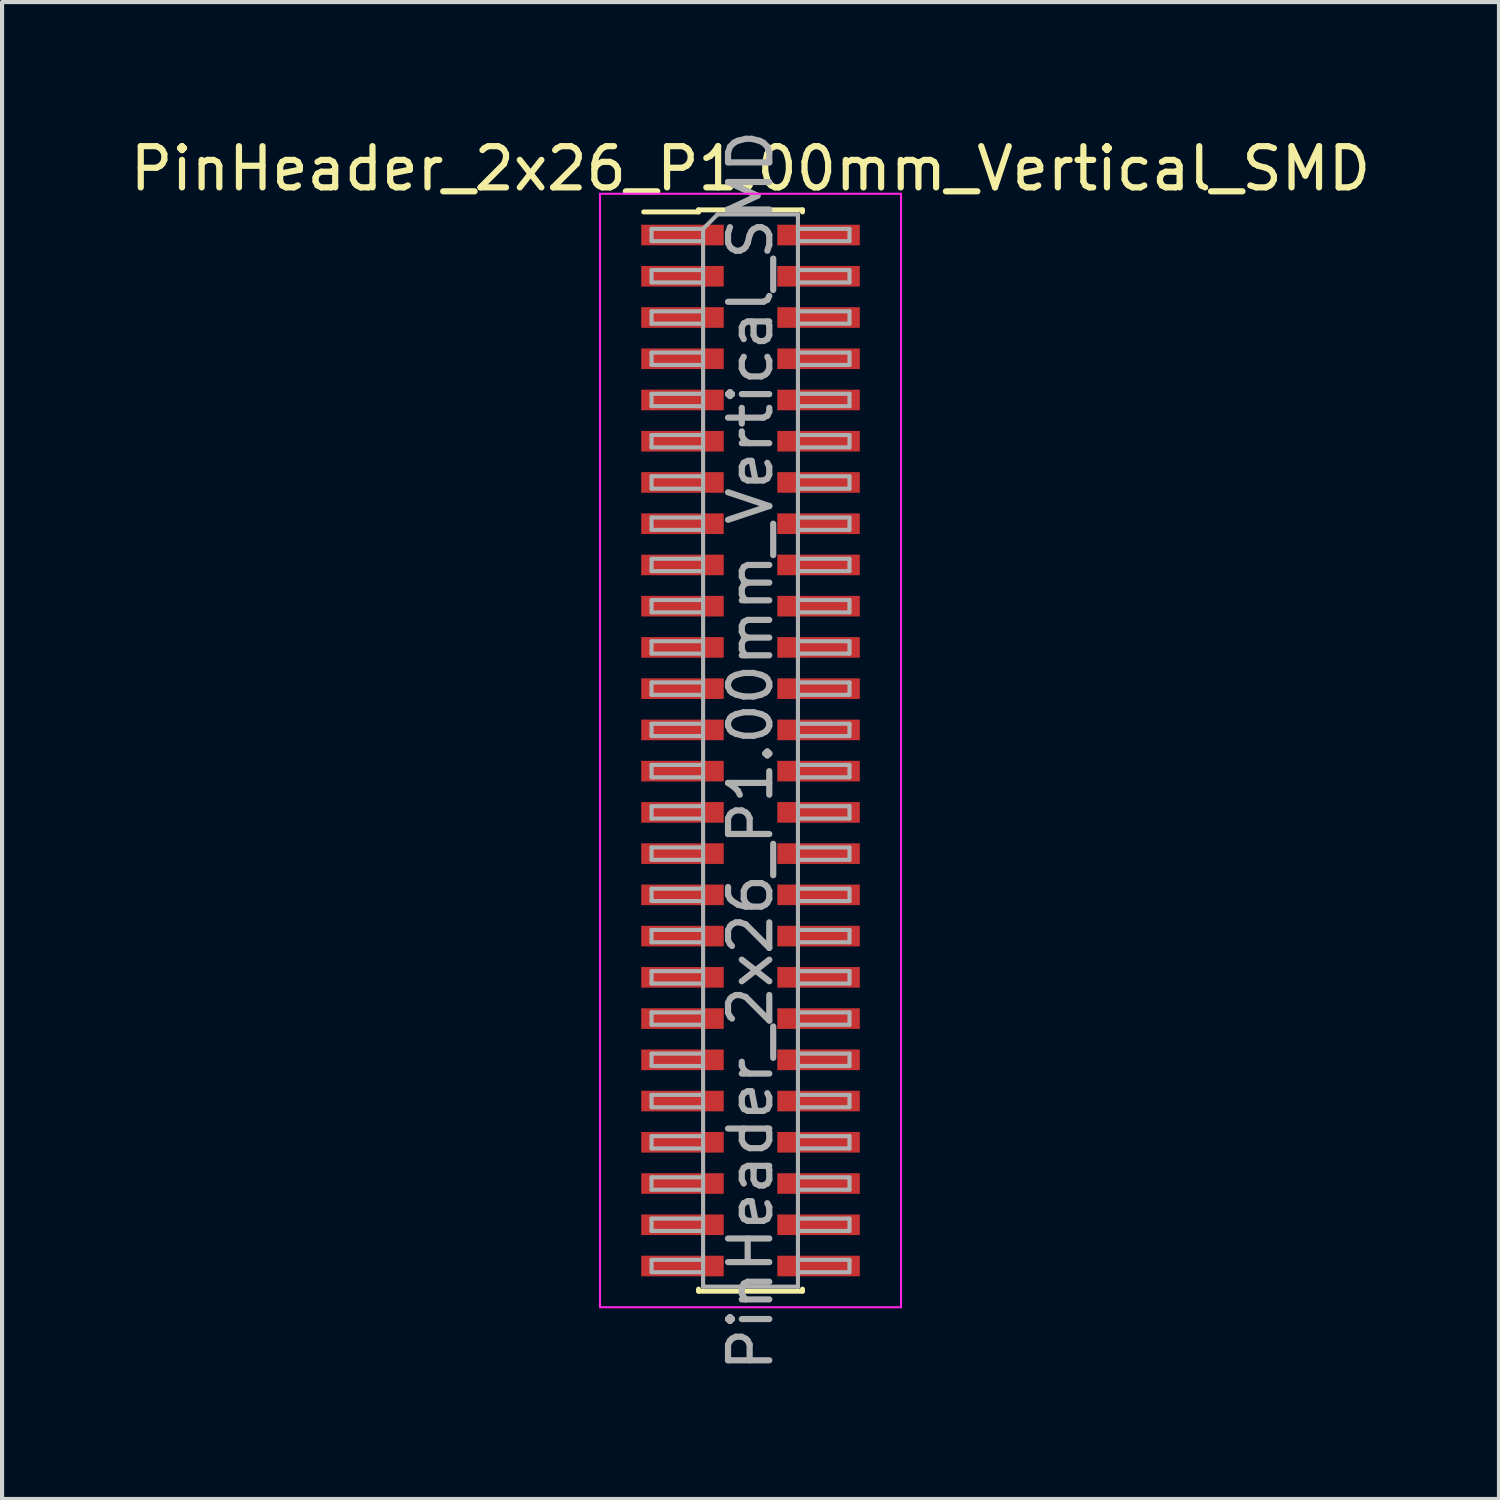
<source format=kicad_pcb>
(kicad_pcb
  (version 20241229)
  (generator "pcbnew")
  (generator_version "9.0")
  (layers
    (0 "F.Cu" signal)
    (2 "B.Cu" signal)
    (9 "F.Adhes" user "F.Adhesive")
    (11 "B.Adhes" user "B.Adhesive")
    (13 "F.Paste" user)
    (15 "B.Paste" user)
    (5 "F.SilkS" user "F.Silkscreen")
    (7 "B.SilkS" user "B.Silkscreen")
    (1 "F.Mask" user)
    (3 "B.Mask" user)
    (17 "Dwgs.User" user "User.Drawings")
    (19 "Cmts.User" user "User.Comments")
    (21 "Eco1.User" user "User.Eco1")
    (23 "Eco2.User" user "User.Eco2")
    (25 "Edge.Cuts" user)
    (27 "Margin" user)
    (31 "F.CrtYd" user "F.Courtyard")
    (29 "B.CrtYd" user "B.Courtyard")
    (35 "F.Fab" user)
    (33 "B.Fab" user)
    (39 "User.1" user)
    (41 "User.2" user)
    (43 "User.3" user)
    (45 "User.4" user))
  (footprint "PinHeader_2x26_P1.00mm_Vertical_SMD"
    (layer "F.Cu")
    (at 15.149 15.149)
    (property "Reference" "PinHeader_2x26_P1.00mm_Vertical_SMD" (at 0 -14.11 0) (layer "F.SilkS") (effects (font (size 1 1) (thickness 0.15))))
    (attr smd)
    (fp_line (start -2.59 -13.06) (end -1.26 -13.06) (stroke (width 0.12) (type solid)) (layer "F.SilkS"))
    (fp_line (start -1.26 -13.11) (end -1.26 -13.06) (stroke (width 0.12) (type solid)) (layer "F.SilkS"))
    (fp_line (start -1.26 -13.11) (end 1.26 -13.11) (stroke (width 0.12) (type solid)) (layer "F.SilkS"))
    (fp_line (start -1.26 13.06) (end -1.26 13.11) (stroke (width 0.12) (type solid)) (layer "F.SilkS"))
    (fp_line (start -1.26 13.11) (end 1.26 13.11) (stroke (width 0.12) (type solid)) (layer "F.SilkS"))
    (fp_line (start 1.26 -13.11) (end 1.26 -13.06) (stroke (width 0.12) (type solid)) (layer "F.SilkS"))
    (fp_line (start 1.26 13.06) (end 1.26 13.11) (stroke (width 0.12) (type solid)) (layer "F.SilkS"))
    (fp_line (start -3.65 -13.5) (end -3.65 13.5) (stroke (width 0.05) (type solid)) (layer "F.CrtYd"))
    (fp_line (start -3.65 13.5) (end 3.65 13.5) (stroke (width 0.05) (type solid)) (layer "F.CrtYd"))
    (fp_line (start 3.65 -13.5) (end -3.65 -13.5) (stroke (width 0.05) (type solid)) (layer "F.CrtYd"))
    (fp_line (start 3.65 13.5) (end 3.65 -13.5) (stroke (width 0.05) (type solid)) (layer "F.CrtYd"))
    (fp_line (start -2.4 -12.65) (end -2.4 -12.35) (stroke (width 0.1) (type solid)) (layer "F.Fab"))
    (fp_line (start -2.4 -12.35) (end -1.15 -12.35) (stroke (width 0.1) (type solid)) (layer "F.Fab"))
    (fp_line (start -2.4 -11.65) (end -2.4 -11.35) (stroke (width 0.1) (type solid)) (layer "F.Fab"))
    (fp_line (start -2.4 -11.35) (end -1.15 -11.35) (stroke (width 0.1) (type solid)) (layer "F.Fab"))
    (fp_line (start -2.4 -10.65) (end -2.4 -10.35) (stroke (width 0.1) (type solid)) (layer "F.Fab"))
    (fp_line (start -2.4 -10.35) (end -1.15 -10.35) (stroke (width 0.1) (type solid)) (layer "F.Fab"))
    (fp_line (start -2.4 -9.65) (end -2.4 -9.35) (stroke (width 0.1) (type solid)) (layer "F.Fab"))
    (fp_line (start -2.4 -9.35) (end -1.15 -9.35) (stroke (width 0.1) (type solid)) (layer "F.Fab"))
    (fp_line (start -2.4 -8.65) (end -2.4 -8.35) (stroke (width 0.1) (type solid)) (layer "F.Fab"))
    (fp_line (start -2.4 -8.35) (end -1.15 -8.35) (stroke (width 0.1) (type solid)) (layer "F.Fab"))
    (fp_line (start -2.4 -7.65) (end -2.4 -7.35) (stroke (width 0.1) (type solid)) (layer "F.Fab"))
    (fp_line (start -2.4 -7.35) (end -1.15 -7.35) (stroke (width 0.1) (type solid)) (layer "F.Fab"))
    (fp_line (start -2.4 -6.65) (end -2.4 -6.35) (stroke (width 0.1) (type solid)) (layer "F.Fab"))
    (fp_line (start -2.4 -6.35) (end -1.15 -6.35) (stroke (width 0.1) (type solid)) (layer "F.Fab"))
    (fp_line (start -2.4 -5.65) (end -2.4 -5.35) (stroke (width 0.1) (type solid)) (layer "F.Fab"))
    (fp_line (start -2.4 -5.35) (end -1.15 -5.35) (stroke (width 0.1) (type solid)) (layer "F.Fab"))
    (fp_line (start -2.4 -4.65) (end -2.4 -4.35) (stroke (width 0.1) (type solid)) (layer "F.Fab"))
    (fp_line (start -2.4 -4.35) (end -1.15 -4.35) (stroke (width 0.1) (type solid)) (layer "F.Fab"))
    (fp_line (start -2.4 -3.65) (end -2.4 -3.35) (stroke (width 0.1) (type solid)) (layer "F.Fab"))
    (fp_line (start -2.4 -3.35) (end -1.15 -3.35) (stroke (width 0.1) (type solid)) (layer "F.Fab"))
    (fp_line (start -2.4 -2.65) (end -2.4 -2.35) (stroke (width 0.1) (type solid)) (layer "F.Fab"))
    (fp_line (start -2.4 -2.35) (end -1.15 -2.35) (stroke (width 0.1) (type solid)) (layer "F.Fab"))
    (fp_line (start -2.4 -1.65) (end -2.4 -1.35) (stroke (width 0.1) (type solid)) (layer "F.Fab"))
    (fp_line (start -2.4 -1.35) (end -1.15 -1.35) (stroke (width 0.1) (type solid)) (layer "F.Fab"))
    (fp_line (start -2.4 -0.65) (end -2.4 -0.35) (stroke (width 0.1) (type solid)) (layer "F.Fab"))
    (fp_line (start -2.4 -0.35) (end -1.15 -0.35) (stroke (width 0.1) (type solid)) (layer "F.Fab"))
    (fp_line (start -2.4 0.35) (end -2.4 0.65) (stroke (width 0.1) (type solid)) (layer "F.Fab"))
    (fp_line (start -2.4 0.65) (end -1.15 0.65) (stroke (width 0.1) (type solid)) (layer "F.Fab"))
    (fp_line (start -2.4 1.35) (end -2.4 1.65) (stroke (width 0.1) (type solid)) (layer "F.Fab"))
    (fp_line (start -2.4 1.65) (end -1.15 1.65) (stroke (width 0.1) (type solid)) (layer "F.Fab"))
    (fp_line (start -2.4 2.35) (end -2.4 2.65) (stroke (width 0.1) (type solid)) (layer "F.Fab"))
    (fp_line (start -2.4 2.65) (end -1.15 2.65) (stroke (width 0.1) (type solid)) (layer "F.Fab"))
    (fp_line (start -2.4 3.35) (end -2.4 3.65) (stroke (width 0.1) (type solid)) (layer "F.Fab"))
    (fp_line (start -2.4 3.65) (end -1.15 3.65) (stroke (width 0.1) (type solid)) (layer "F.Fab"))
    (fp_line (start -2.4 4.35) (end -2.4 4.65) (stroke (width 0.1) (type solid)) (layer "F.Fab"))
    (fp_line (start -2.4 4.65) (end -1.15 4.65) (stroke (width 0.1) (type solid)) (layer "F.Fab"))
    (fp_line (start -2.4 5.35) (end -2.4 5.65) (stroke (width 0.1) (type solid)) (layer "F.Fab"))
    (fp_line (start -2.4 5.65) (end -1.15 5.65) (stroke (width 0.1) (type solid)) (layer "F.Fab"))
    (fp_line (start -2.4 6.35) (end -2.4 6.65) (stroke (width 0.1) (type solid)) (layer "F.Fab"))
    (fp_line (start -2.4 6.65) (end -1.15 6.65) (stroke (width 0.1) (type solid)) (layer "F.Fab"))
    (fp_line (start -2.4 7.35) (end -2.4 7.65) (stroke (width 0.1) (type solid)) (layer "F.Fab"))
    (fp_line (start -2.4 7.65) (end -1.15 7.65) (stroke (width 0.1) (type solid)) (layer "F.Fab"))
    (fp_line (start -2.4 8.35) (end -2.4 8.65) (stroke (width 0.1) (type solid)) (layer "F.Fab"))
    (fp_line (start -2.4 8.65) (end -1.15 8.65) (stroke (width 0.1) (type solid)) (layer "F.Fab"))
    (fp_line (start -2.4 9.35) (end -2.4 9.65) (stroke (width 0.1) (type solid)) (layer "F.Fab"))
    (fp_line (start -2.4 9.65) (end -1.15 9.65) (stroke (width 0.1) (type solid)) (layer "F.Fab"))
    (fp_line (start -2.4 10.35) (end -2.4 10.65) (stroke (width 0.1) (type solid)) (layer "F.Fab"))
    (fp_line (start -2.4 10.65) (end -1.15 10.65) (stroke (width 0.1) (type solid)) (layer "F.Fab"))
    (fp_line (start -2.4 11.35) (end -2.4 11.65) (stroke (width 0.1) (type solid)) (layer "F.Fab"))
    (fp_line (start -2.4 11.65) (end -1.15 11.65) (stroke (width 0.1) (type solid)) (layer "F.Fab"))
    (fp_line (start -2.4 12.35) (end -2.4 12.65) (stroke (width 0.1) (type solid)) (layer "F.Fab"))
    (fp_line (start -2.4 12.65) (end -1.15 12.65) (stroke (width 0.1) (type solid)) (layer "F.Fab"))
    (fp_line (start -1.15 -12.65) (end -2.4 -12.65) (stroke (width 0.1) (type solid)) (layer "F.Fab"))
    (fp_line (start -1.15 -12.65) (end -0.8 -13) (stroke (width 0.1) (type solid)) (layer "F.Fab"))
    (fp_line (start -1.15 -11.65) (end -2.4 -11.65) (stroke (width 0.1) (type solid)) (layer "F.Fab"))
    (fp_line (start -1.15 -10.65) (end -2.4 -10.65) (stroke (width 0.1) (type solid)) (layer "F.Fab"))
    (fp_line (start -1.15 -9.65) (end -2.4 -9.65) (stroke (width 0.1) (type solid)) (layer "F.Fab"))
    (fp_line (start -1.15 -8.65) (end -2.4 -8.65) (stroke (width 0.1) (type solid)) (layer "F.Fab"))
    (fp_line (start -1.15 -7.65) (end -2.4 -7.65) (stroke (width 0.1) (type solid)) (layer "F.Fab"))
    (fp_line (start -1.15 -6.65) (end -2.4 -6.65) (stroke (width 0.1) (type solid)) (layer "F.Fab"))
    (fp_line (start -1.15 -5.65) (end -2.4 -5.65) (stroke (width 0.1) (type solid)) (layer "F.Fab"))
    (fp_line (start -1.15 -4.65) (end -2.4 -4.65) (stroke (width 0.1) (type solid)) (layer "F.Fab"))
    (fp_line (start -1.15 -3.65) (end -2.4 -3.65) (stroke (width 0.1) (type solid)) (layer "F.Fab"))
    (fp_line (start -1.15 -2.65) (end -2.4 -2.65) (stroke (width 0.1) (type solid)) (layer "F.Fab"))
    (fp_line (start -1.15 -1.65) (end -2.4 -1.65) (stroke (width 0.1) (type solid)) (layer "F.Fab"))
    (fp_line (start -1.15 -0.65) (end -2.4 -0.65) (stroke (width 0.1) (type solid)) (layer "F.Fab"))
    (fp_line (start -1.15 0.35) (end -2.4 0.35) (stroke (width 0.1) (type solid)) (layer "F.Fab"))
    (fp_line (start -1.15 1.35) (end -2.4 1.35) (stroke (width 0.1) (type solid)) (layer "F.Fab"))
    (fp_line (start -1.15 2.35) (end -2.4 2.35) (stroke (width 0.1) (type solid)) (layer "F.Fab"))
    (fp_line (start -1.15 3.35) (end -2.4 3.35) (stroke (width 0.1) (type solid)) (layer "F.Fab"))
    (fp_line (start -1.15 4.35) (end -2.4 4.35) (stroke (width 0.1) (type solid)) (layer "F.Fab"))
    (fp_line (start -1.15 5.35) (end -2.4 5.35) (stroke (width 0.1) (type solid)) (layer "F.Fab"))
    (fp_line (start -1.15 6.35) (end -2.4 6.35) (stroke (width 0.1) (type solid)) (layer "F.Fab"))
    (fp_line (start -1.15 7.35) (end -2.4 7.35) (stroke (width 0.1) (type solid)) (layer "F.Fab"))
    (fp_line (start -1.15 8.35) (end -2.4 8.35) (stroke (width 0.1) (type solid)) (layer "F.Fab"))
    (fp_line (start -1.15 9.35) (end -2.4 9.35) (stroke (width 0.1) (type solid)) (layer "F.Fab"))
    (fp_line (start -1.15 10.35) (end -2.4 10.35) (stroke (width 0.1) (type solid)) (layer "F.Fab"))
    (fp_line (start -1.15 11.35) (end -2.4 11.35) (stroke (width 0.1) (type solid)) (layer "F.Fab"))
    (fp_line (start -1.15 12.35) (end -2.4 12.35) (stroke (width 0.1) (type solid)) (layer "F.Fab"))
    (fp_line (start -1.15 13) (end -1.15 -12.65) (stroke (width 0.1) (type solid)) (layer "F.Fab"))
    (fp_line (start -0.8 -13) (end 1.15 -13) (stroke (width 0.1) (type solid)) (layer "F.Fab"))
    (fp_line (start 1.15 -13) (end 1.15 13) (stroke (width 0.1) (type solid)) (layer "F.Fab"))
    (fp_line (start 1.15 -12.65) (end 2.4 -12.65) (stroke (width 0.1) (type solid)) (layer "F.Fab"))
    (fp_line (start 1.15 -11.65) (end 2.4 -11.65) (stroke (width 0.1) (type solid)) (layer "F.Fab"))
    (fp_line (start 1.15 -10.65) (end 2.4 -10.65) (stroke (width 0.1) (type solid)) (layer "F.Fab"))
    (fp_line (start 1.15 -9.65) (end 2.4 -9.65) (stroke (width 0.1) (type solid)) (layer "F.Fab"))
    (fp_line (start 1.15 -8.65) (end 2.4 -8.65) (stroke (width 0.1) (type solid)) (layer "F.Fab"))
    (fp_line (start 1.15 -7.65) (end 2.4 -7.65) (stroke (width 0.1) (type solid)) (layer "F.Fab"))
    (fp_line (start 1.15 -6.65) (end 2.4 -6.65) (stroke (width 0.1) (type solid)) (layer "F.Fab"))
    (fp_line (start 1.15 -5.65) (end 2.4 -5.65) (stroke (width 0.1) (type solid)) (layer "F.Fab"))
    (fp_line (start 1.15 -4.65) (end 2.4 -4.65) (stroke (width 0.1) (type solid)) (layer "F.Fab"))
    (fp_line (start 1.15 -3.65) (end 2.4 -3.65) (stroke (width 0.1) (type solid)) (layer "F.Fab"))
    (fp_line (start 1.15 -2.65) (end 2.4 -2.65) (stroke (width 0.1) (type solid)) (layer "F.Fab"))
    (fp_line (start 1.15 -1.65) (end 2.4 -1.65) (stroke (width 0.1) (type solid)) (layer "F.Fab"))
    (fp_line (start 1.15 -0.65) (end 2.4 -0.65) (stroke (width 0.1) (type solid)) (layer "F.Fab"))
    (fp_line (start 1.15 0.35) (end 2.4 0.35) (stroke (width 0.1) (type solid)) (layer "F.Fab"))
    (fp_line (start 1.15 1.35) (end 2.4 1.35) (stroke (width 0.1) (type solid)) (layer "F.Fab"))
    (fp_line (start 1.15 2.35) (end 2.4 2.35) (stroke (width 0.1) (type solid)) (layer "F.Fab"))
    (fp_line (start 1.15 3.35) (end 2.4 3.35) (stroke (width 0.1) (type solid)) (layer "F.Fab"))
    (fp_line (start 1.15 4.35) (end 2.4 4.35) (stroke (width 0.1) (type solid)) (layer "F.Fab"))
    (fp_line (start 1.15 5.35) (end 2.4 5.35) (stroke (width 0.1) (type solid)) (layer "F.Fab"))
    (fp_line (start 1.15 6.35) (end 2.4 6.35) (stroke (width 0.1) (type solid)) (layer "F.Fab"))
    (fp_line (start 1.15 7.35) (end 2.4 7.35) (stroke (width 0.1) (type solid)) (layer "F.Fab"))
    (fp_line (start 1.15 8.35) (end 2.4 8.35) (stroke (width 0.1) (type solid)) (layer "F.Fab"))
    (fp_line (start 1.15 9.35) (end 2.4 9.35) (stroke (width 0.1) (type solid)) (layer "F.Fab"))
    (fp_line (start 1.15 10.35) (end 2.4 10.35) (stroke (width 0.1) (type solid)) (layer "F.Fab"))
    (fp_line (start 1.15 11.35) (end 2.4 11.35) (stroke (width 0.1) (type solid)) (layer "F.Fab"))
    (fp_line (start 1.15 12.35) (end 2.4 12.35) (stroke (width 0.1) (type solid)) (layer "F.Fab"))
    (fp_line (start 1.15 13) (end -1.15 13) (stroke (width 0.1) (type solid)) (layer "F.Fab"))
    (fp_line (start 2.4 -12.65) (end 2.4 -12.35) (stroke (width 0.1) (type solid)) (layer "F.Fab"))
    (fp_line (start 2.4 -12.35) (end 1.15 -12.35) (stroke (width 0.1) (type solid)) (layer "F.Fab"))
    (fp_line (start 2.4 -11.65) (end 2.4 -11.35) (stroke (width 0.1) (type solid)) (layer "F.Fab"))
    (fp_line (start 2.4 -11.35) (end 1.15 -11.35) (stroke (width 0.1) (type solid)) (layer "F.Fab"))
    (fp_line (start 2.4 -10.65) (end 2.4 -10.35) (stroke (width 0.1) (type solid)) (layer "F.Fab"))
    (fp_line (start 2.4 -10.35) (end 1.15 -10.35) (stroke (width 0.1) (type solid)) (layer "F.Fab"))
    (fp_line (start 2.4 -9.65) (end 2.4 -9.35) (stroke (width 0.1) (type solid)) (layer "F.Fab"))
    (fp_line (start 2.4 -9.35) (end 1.15 -9.35) (stroke (width 0.1) (type solid)) (layer "F.Fab"))
    (fp_line (start 2.4 -8.65) (end 2.4 -8.35) (stroke (width 0.1) (type solid)) (layer "F.Fab"))
    (fp_line (start 2.4 -8.35) (end 1.15 -8.35) (stroke (width 0.1) (type solid)) (layer "F.Fab"))
    (fp_line (start 2.4 -7.65) (end 2.4 -7.35) (stroke (width 0.1) (type solid)) (layer "F.Fab"))
    (fp_line (start 2.4 -7.35) (end 1.15 -7.35) (stroke (width 0.1) (type solid)) (layer "F.Fab"))
    (fp_line (start 2.4 -6.65) (end 2.4 -6.35) (stroke (width 0.1) (type solid)) (layer "F.Fab"))
    (fp_line (start 2.4 -6.35) (end 1.15 -6.35) (stroke (width 0.1) (type solid)) (layer "F.Fab"))
    (fp_line (start 2.4 -5.65) (end 2.4 -5.35) (stroke (width 0.1) (type solid)) (layer "F.Fab"))
    (fp_line (start 2.4 -5.35) (end 1.15 -5.35) (stroke (width 0.1) (type solid)) (layer "F.Fab"))
    (fp_line (start 2.4 -4.65) (end 2.4 -4.35) (stroke (width 0.1) (type solid)) (layer "F.Fab"))
    (fp_line (start 2.4 -4.35) (end 1.15 -4.35) (stroke (width 0.1) (type solid)) (layer "F.Fab"))
    (fp_line (start 2.4 -3.65) (end 2.4 -3.35) (stroke (width 0.1) (type solid)) (layer "F.Fab"))
    (fp_line (start 2.4 -3.35) (end 1.15 -3.35) (stroke (width 0.1) (type solid)) (layer "F.Fab"))
    (fp_line (start 2.4 -2.65) (end 2.4 -2.35) (stroke (width 0.1) (type solid)) (layer "F.Fab"))
    (fp_line (start 2.4 -2.35) (end 1.15 -2.35) (stroke (width 0.1) (type solid)) (layer "F.Fab"))
    (fp_line (start 2.4 -1.65) (end 2.4 -1.35) (stroke (width 0.1) (type solid)) (layer "F.Fab"))
    (fp_line (start 2.4 -1.35) (end 1.15 -1.35) (stroke (width 0.1) (type solid)) (layer "F.Fab"))
    (fp_line (start 2.4 -0.65) (end 2.4 -0.35) (stroke (width 0.1) (type solid)) (layer "F.Fab"))
    (fp_line (start 2.4 -0.35) (end 1.15 -0.35) (stroke (width 0.1) (type solid)) (layer "F.Fab"))
    (fp_line (start 2.4 0.35) (end 2.4 0.65) (stroke (width 0.1) (type solid)) (layer "F.Fab"))
    (fp_line (start 2.4 0.65) (end 1.15 0.65) (stroke (width 0.1) (type solid)) (layer "F.Fab"))
    (fp_line (start 2.4 1.35) (end 2.4 1.65) (stroke (width 0.1) (type solid)) (layer "F.Fab"))
    (fp_line (start 2.4 1.65) (end 1.15 1.65) (stroke (width 0.1) (type solid)) (layer "F.Fab"))
    (fp_line (start 2.4 2.35) (end 2.4 2.65) (stroke (width 0.1) (type solid)) (layer "F.Fab"))
    (fp_line (start 2.4 2.65) (end 1.15 2.65) (stroke (width 0.1) (type solid)) (layer "F.Fab"))
    (fp_line (start 2.4 3.35) (end 2.4 3.65) (stroke (width 0.1) (type solid)) (layer "F.Fab"))
    (fp_line (start 2.4 3.65) (end 1.15 3.65) (stroke (width 0.1) (type solid)) (layer "F.Fab"))
    (fp_line (start 2.4 4.35) (end 2.4 4.65) (stroke (width 0.1) (type solid)) (layer "F.Fab"))
    (fp_line (start 2.4 4.65) (end 1.15 4.65) (stroke (width 0.1) (type solid)) (layer "F.Fab"))
    (fp_line (start 2.4 5.35) (end 2.4 5.65) (stroke (width 0.1) (type solid)) (layer "F.Fab"))
    (fp_line (start 2.4 5.65) (end 1.15 5.65) (stroke (width 0.1) (type solid)) (layer "F.Fab"))
    (fp_line (start 2.4 6.35) (end 2.4 6.65) (stroke (width 0.1) (type solid)) (layer "F.Fab"))
    (fp_line (start 2.4 6.65) (end 1.15 6.65) (stroke (width 0.1) (type solid)) (layer "F.Fab"))
    (fp_line (start 2.4 7.35) (end 2.4 7.65) (stroke (width 0.1) (type solid)) (layer "F.Fab"))
    (fp_line (start 2.4 7.65) (end 1.15 7.65) (stroke (width 0.1) (type solid)) (layer "F.Fab"))
    (fp_line (start 2.4 8.35) (end 2.4 8.65) (stroke (width 0.1) (type solid)) (layer "F.Fab"))
    (fp_line (start 2.4 8.65) (end 1.15 8.65) (stroke (width 0.1) (type solid)) (layer "F.Fab"))
    (fp_line (start 2.4 9.35) (end 2.4 9.65) (stroke (width 0.1) (type solid)) (layer "F.Fab"))
    (fp_line (start 2.4 9.65) (end 1.15 9.65) (stroke (width 0.1) (type solid)) (layer "F.Fab"))
    (fp_line (start 2.4 10.35) (end 2.4 10.65) (stroke (width 0.1) (type solid)) (layer "F.Fab"))
    (fp_line (start 2.4 10.65) (end 1.15 10.65) (stroke (width 0.1) (type solid)) (layer "F.Fab"))
    (fp_line (start 2.4 11.35) (end 2.4 11.65) (stroke (width 0.1) (type solid)) (layer "F.Fab"))
    (fp_line (start 2.4 11.65) (end 1.15 11.65) (stroke (width 0.1) (type solid)) (layer "F.Fab"))
    (fp_line (start 2.4 12.35) (end 2.4 12.65) (stroke (width 0.1) (type solid)) (layer "F.Fab"))
    (fp_line (start 2.4 12.65) (end 1.15 12.65) (stroke (width 0.1) (type solid)) (layer "F.Fab"))
    (fp_text user "${REFERENCE}" (at 0 0 90) (layer "F.Fab") (effects (font (size 1 1) (thickness 0.15))))
    (pad "1" smd rect (at -1.65 -12.5) (size 2 0.5) (layers "F.Cu" "F.Mask" "F.Paste"))
    (pad "2" smd rect (at 1.65 -12.5) (size 2 0.5) (layers "F.Cu" "F.Mask" "F.Paste"))
    (pad "3" smd rect (at -1.65 -11.5) (size 2 0.5) (layers "F.Cu" "F.Mask" "F.Paste"))
    (pad "4" smd rect (at 1.65 -11.5) (size 2 0.5) (layers "F.Cu" "F.Mask" "F.Paste"))
    (pad "5" smd rect (at -1.65 -10.5) (size 2 0.5) (layers "F.Cu" "F.Mask" "F.Paste"))
    (pad "6" smd rect (at 1.65 -10.5) (size 2 0.5) (layers "F.Cu" "F.Mask" "F.Paste"))
    (pad "7" smd rect (at -1.65 -9.5) (size 2 0.5) (layers "F.Cu" "F.Mask" "F.Paste"))
    (pad "8" smd rect (at 1.65 -9.5) (size 2 0.5) (layers "F.Cu" "F.Mask" "F.Paste"))
    (pad "9" smd rect (at -1.65 -8.5) (size 2 0.5) (layers "F.Cu" "F.Mask" "F.Paste"))
    (pad "10" smd rect (at 1.65 -8.5) (size 2 0.5) (layers "F.Cu" "F.Mask" "F.Paste"))
    (pad "11" smd rect (at -1.65 -7.5) (size 2 0.5) (layers "F.Cu" "F.Mask" "F.Paste"))
    (pad "12" smd rect (at 1.65 -7.5) (size 2 0.5) (layers "F.Cu" "F.Mask" "F.Paste"))
    (pad "13" smd rect (at -1.65 -6.5) (size 2 0.5) (layers "F.Cu" "F.Mask" "F.Paste"))
    (pad "14" smd rect (at 1.65 -6.5) (size 2 0.5) (layers "F.Cu" "F.Mask" "F.Paste"))
    (pad "15" smd rect (at -1.65 -5.5) (size 2 0.5) (layers "F.Cu" "F.Mask" "F.Paste"))
    (pad "16" smd rect (at 1.65 -5.5) (size 2 0.5) (layers "F.Cu" "F.Mask" "F.Paste"))
    (pad "17" smd rect (at -1.65 -4.5) (size 2 0.5) (layers "F.Cu" "F.Mask" "F.Paste"))
    (pad "18" smd rect (at 1.65 -4.5) (size 2 0.5) (layers "F.Cu" "F.Mask" "F.Paste"))
    (pad "19" smd rect (at -1.65 -3.5) (size 2 0.5) (layers "F.Cu" "F.Mask" "F.Paste"))
    (pad "20" smd rect (at 1.65 -3.5) (size 2 0.5) (layers "F.Cu" "F.Mask" "F.Paste"))
    (pad "21" smd rect (at -1.65 -2.5) (size 2 0.5) (layers "F.Cu" "F.Mask" "F.Paste"))
    (pad "22" smd rect (at 1.65 -2.5) (size 2 0.5) (layers "F.Cu" "F.Mask" "F.Paste"))
    (pad "23" smd rect (at -1.65 -1.5) (size 2 0.5) (layers "F.Cu" "F.Mask" "F.Paste"))
    (pad "24" smd rect (at 1.65 -1.5) (size 2 0.5) (layers "F.Cu" "F.Mask" "F.Paste"))
    (pad "25" smd rect (at -1.65 -0.5) (size 2 0.5) (layers "F.Cu" "F.Mask" "F.Paste"))
    (pad "26" smd rect (at 1.65 -0.5) (size 2 0.5) (layers "F.Cu" "F.Mask" "F.Paste"))
    (pad "27" smd rect (at -1.65 0.5) (size 2 0.5) (layers "F.Cu" "F.Mask" "F.Paste"))
    (pad "28" smd rect (at 1.65 0.5) (size 2 0.5) (layers "F.Cu" "F.Mask" "F.Paste"))
    (pad "29" smd rect (at -1.65 1.5) (size 2 0.5) (layers "F.Cu" "F.Mask" "F.Paste"))
    (pad "30" smd rect (at 1.65 1.5) (size 2 0.5) (layers "F.Cu" "F.Mask" "F.Paste"))
    (pad "31" smd rect (at -1.65 2.5) (size 2 0.5) (layers "F.Cu" "F.Mask" "F.Paste"))
    (pad "32" smd rect (at 1.65 2.5) (size 2 0.5) (layers "F.Cu" "F.Mask" "F.Paste"))
    (pad "33" smd rect (at -1.65 3.5) (size 2 0.5) (layers "F.Cu" "F.Mask" "F.Paste"))
    (pad "34" smd rect (at 1.65 3.5) (size 2 0.5) (layers "F.Cu" "F.Mask" "F.Paste"))
    (pad "35" smd rect (at -1.65 4.5) (size 2 0.5) (layers "F.Cu" "F.Mask" "F.Paste"))
    (pad "36" smd rect (at 1.65 4.5) (size 2 0.5) (layers "F.Cu" "F.Mask" "F.Paste"))
    (pad "37" smd rect (at -1.65 5.5) (size 2 0.5) (layers "F.Cu" "F.Mask" "F.Paste"))
    (pad "38" smd rect (at 1.65 5.5) (size 2 0.5) (layers "F.Cu" "F.Mask" "F.Paste"))
    (pad "39" smd rect (at -1.65 6.5) (size 2 0.5) (layers "F.Cu" "F.Mask" "F.Paste"))
    (pad "40" smd rect (at 1.65 6.5) (size 2 0.5) (layers "F.Cu" "F.Mask" "F.Paste"))
    (pad "41" smd rect (at -1.65 7.5) (size 2 0.5) (layers "F.Cu" "F.Mask" "F.Paste"))
    (pad "42" smd rect (at 1.65 7.5) (size 2 0.5) (layers "F.Cu" "F.Mask" "F.Paste"))
    (pad "43" smd rect (at -1.65 8.5) (size 2 0.5) (layers "F.Cu" "F.Mask" "F.Paste"))
    (pad "44" smd rect (at 1.65 8.5) (size 2 0.5) (layers "F.Cu" "F.Mask" "F.Paste"))
    (pad "45" smd rect (at -1.65 9.5) (size 2 0.5) (layers "F.Cu" "F.Mask" "F.Paste"))
    (pad "46" smd rect (at 1.65 9.5) (size 2 0.5) (layers "F.Cu" "F.Mask" "F.Paste"))
    (pad "47" smd rect (at -1.65 10.5) (size 2 0.5) (layers "F.Cu" "F.Mask" "F.Paste"))
    (pad "48" smd rect (at 1.65 10.5) (size 2 0.5) (layers "F.Cu" "F.Mask" "F.Paste"))
    (pad "49" smd rect (at -1.65 11.5) (size 2 0.5) (layers "F.Cu" "F.Mask" "F.Paste"))
    (pad "50" smd rect (at 1.65 11.5) (size 2 0.5) (layers "F.Cu" "F.Mask" "F.Paste"))
    (pad "51" smd rect (at -1.65 12.5) (size 2 0.5) (layers "F.Cu" "F.Mask" "F.Paste"))
    (pad "52" smd rect (at 1.65 12.5) (size 2 0.5) (layers "F.Cu" "F.Mask" "F.Paste")))
  (gr_rect
    (start -3 -3)
    (end 33.298 33.298)
    (stroke (width 0.1) (type default))
    (fill no)
    (layer "Edge.Cuts")))
</source>
